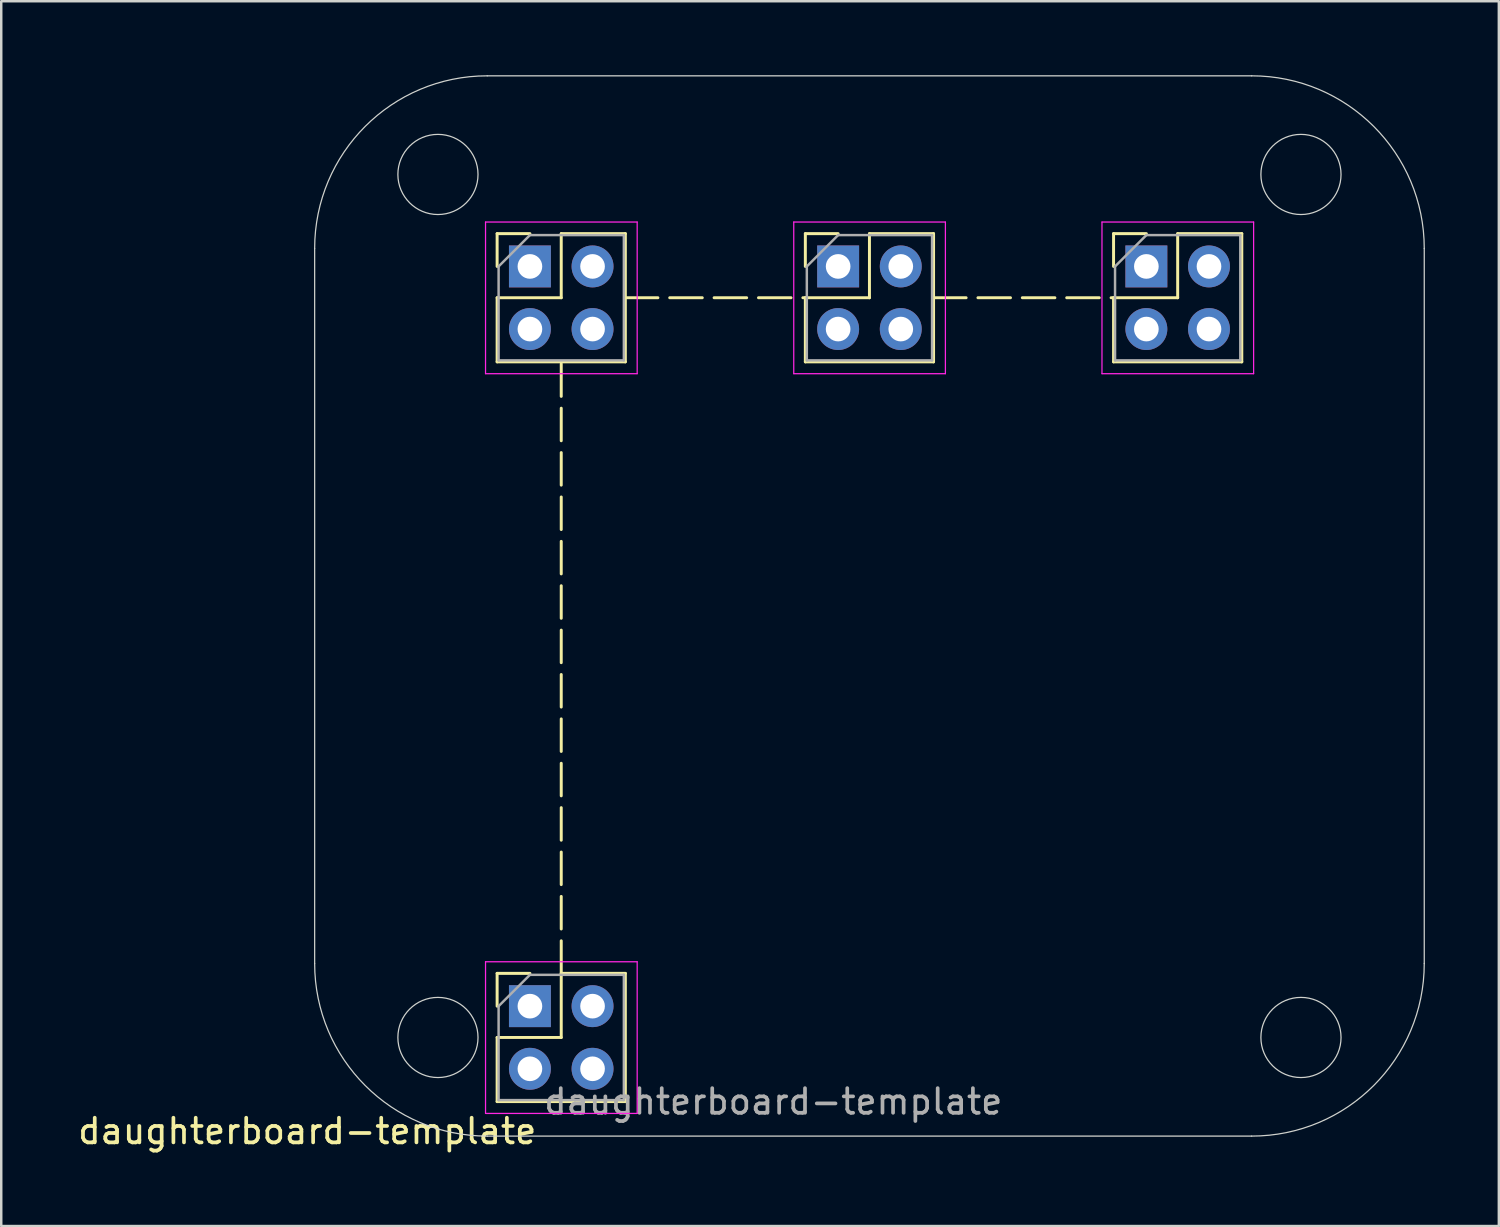
<source format=kicad_pcb>
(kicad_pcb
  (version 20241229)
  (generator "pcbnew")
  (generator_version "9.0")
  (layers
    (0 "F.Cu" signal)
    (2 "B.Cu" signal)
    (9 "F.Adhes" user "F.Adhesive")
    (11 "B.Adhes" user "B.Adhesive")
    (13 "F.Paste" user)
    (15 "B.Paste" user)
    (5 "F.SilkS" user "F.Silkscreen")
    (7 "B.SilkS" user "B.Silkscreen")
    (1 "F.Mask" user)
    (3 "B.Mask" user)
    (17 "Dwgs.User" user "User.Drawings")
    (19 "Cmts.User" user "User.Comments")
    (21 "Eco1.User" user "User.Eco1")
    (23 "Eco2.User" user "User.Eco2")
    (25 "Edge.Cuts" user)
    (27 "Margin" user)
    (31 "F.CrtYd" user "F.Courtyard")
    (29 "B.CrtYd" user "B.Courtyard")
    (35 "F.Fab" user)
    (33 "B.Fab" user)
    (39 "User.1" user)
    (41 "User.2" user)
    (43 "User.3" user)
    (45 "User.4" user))
  (footprint "daughterboard-template"
    (layer "F.Cu")
    (at 9.711 43.025)
    (property "Reference" "daughterboard-template" (at -0.3 -0.2 0) (unlocked yes) (layer "F.SilkS") (effects (font (size 1 1) (thickness 0.15))))
    (attr smd)
    (fp_line (start 7.4 -36.6) (end 8.73 -36.6) (stroke (width 0.12) (type solid)) (layer "F.SilkS"))
    (fp_line (start 7.4 -35.27) (end 7.4 -36.6) (stroke (width 0.12) (type solid)) (layer "F.SilkS"))
    (fp_line (start 7.4 -34) (end 7.4 -31.4) (stroke (width 0.12) (type solid)) (layer "F.SilkS"))
    (fp_line (start 7.4 -34) (end 10 -34) (stroke (width 0.12) (type solid)) (layer "F.SilkS"))
    (fp_line (start 7.4 -31.4) (end 12.6 -31.4) (stroke (width 0.12) (type solid)) (layer "F.SilkS"))
    (fp_line (start 7.4 -6.6) (end 8.73 -6.6) (stroke (width 0.12) (type solid)) (layer "F.SilkS"))
    (fp_line (start 7.4 -5.27) (end 7.4 -6.6) (stroke (width 0.12) (type solid)) (layer "F.SilkS"))
    (fp_line (start 7.4 -4) (end 7.4 -1.4) (stroke (width 0.12) (type solid)) (layer "F.SilkS"))
    (fp_line (start 7.4 -4) (end 10 -4) (stroke (width 0.12) (type solid)) (layer "F.SilkS"))
    (fp_line (start 7.4 -1.4) (end 12.6 -1.4) (stroke (width 0.12) (type solid)) (layer "F.SilkS"))
    (fp_line (start 10 -36.6) (end 12.6 -36.6) (stroke (width 0.12) (type solid)) (layer "F.SilkS"))
    (fp_line (start 10 -34) (end 10 -36.6) (stroke (width 0.12) (type solid)) (layer "F.SilkS"))
    (fp_line (start 10 -6.6) (end 10 -31.4) (stroke (width 0.12) (type dash)) (layer "F.SilkS"))
    (fp_line (start 10 -6.6) (end 12.6 -6.6) (stroke (width 0.12) (type solid)) (layer "F.SilkS"))
    (fp_line (start 10 -4) (end 10 -6.6) (stroke (width 0.12) (type solid)) (layer "F.SilkS"))
    (fp_line (start 12.6 -36.6) (end 12.6 -31.4) (stroke (width 0.12) (type solid)) (layer "F.SilkS"))
    (fp_line (start 12.6 -34) (end 19.9 -34) (stroke (width 0.12) (type dash)) (layer "F.SilkS"))
    (fp_line (start 12.6 -6.6) (end 12.6 -1.4) (stroke (width 0.12) (type solid)) (layer "F.SilkS"))
    (fp_line (start 19.9 -36.6) (end 21.23 -36.6) (stroke (width 0.12) (type solid)) (layer "F.SilkS"))
    (fp_line (start 19.9 -35.27) (end 19.9 -36.6) (stroke (width 0.12) (type solid)) (layer "F.SilkS"))
    (fp_line (start 19.9 -34) (end 19.9 -31.4) (stroke (width 0.12) (type solid)) (layer "F.SilkS"))
    (fp_line (start 19.9 -34) (end 22.5 -34) (stroke (width 0.12) (type solid)) (layer "F.SilkS"))
    (fp_line (start 19.9 -31.4) (end 25.1 -31.4) (stroke (width 0.12) (type solid)) (layer "F.SilkS"))
    (fp_line (start 22.5 -36.6) (end 25.1 -36.6) (stroke (width 0.12) (type solid)) (layer "F.SilkS"))
    (fp_line (start 22.5 -34) (end 22.5 -36.6) (stroke (width 0.12) (type solid)) (layer "F.SilkS"))
    (fp_line (start 25.1 -36.6) (end 25.1 -31.4) (stroke (width 0.12) (type solid)) (layer "F.SilkS"))
    (fp_line (start 25.1 -34) (end 32.4 -34) (stroke (width 0.12) (type dash)) (layer "F.SilkS"))
    (fp_line (start 32.4 -36.6) (end 33.73 -36.6) (stroke (width 0.12) (type solid)) (layer "F.SilkS"))
    (fp_line (start 32.4 -35.27) (end 32.4 -36.6) (stroke (width 0.12) (type solid)) (layer "F.SilkS"))
    (fp_line (start 32.4 -34) (end 32.4 -31.4) (stroke (width 0.12) (type solid)) (layer "F.SilkS"))
    (fp_line (start 32.4 -34) (end 35 -34) (stroke (width 0.12) (type solid)) (layer "F.SilkS"))
    (fp_line (start 32.4 -31.4) (end 37.6 -31.4) (stroke (width 0.12) (type solid)) (layer "F.SilkS"))
    (fp_line (start 35 -36.6) (end 37.6 -36.6) (stroke (width 0.12) (type solid)) (layer "F.SilkS"))
    (fp_line (start 35 -34) (end 35 -36.6) (stroke (width 0.12) (type solid)) (layer "F.SilkS"))
    (fp_line (start 37.6 -36.6) (end 37.6 -31.4) (stroke (width 0.12) (type solid)) (layer "F.SilkS"))
    (fp_line (start 0 -7) (end 0 -36) (stroke (width 0.05) (type solid)) (layer "Edge.Cuts"))
    (fp_line (start 7 -43) (end 38 -43) (stroke (width 0.05) (type solid)) (layer "Edge.Cuts"))
    (fp_line (start 38 0) (end 7 0) (stroke (width 0.05) (type solid)) (layer "Edge.Cuts"))
    (fp_line (start 45 -36) (end 45 -7) (stroke (width 0.05) (type solid)) (layer "Edge.Cuts"))
    (fp_arc (start 0 -36) (mid 2.050253 -40.949747) (end 7 -43) (stroke (width 0.05) (type solid)) (layer "Edge.Cuts"))
    (fp_arc (start 7 0) (mid 2.050253 -2.050253) (end 0 -7) (stroke (width 0.05) (type solid)) (layer "Edge.Cuts"))
    (fp_arc (start 38 -43) (mid 42.949747 -40.949747) (end 45 -36) (stroke (width 0.05) (type solid)) (layer "Edge.Cuts"))
    (fp_arc (start 45 -7) (mid 42.949747 -2.050253) (end 38 0) (stroke (width 0.05) (type solid)) (layer "Edge.Cuts"))
    (fp_circle (center 5 -39) (end 3.375 -39) (stroke (width 0.05) (type solid)) (fill no) (layer "Edge.Cuts"))
    (fp_circle (center 5 -4) (end 3.375 -4) (stroke (width 0.05) (type solid)) (fill no) (layer "Edge.Cuts"))
    (fp_circle (center 40 -39) (end 38.375 -39) (stroke (width 0.05) (type solid)) (fill no) (layer "Edge.Cuts"))
    (fp_circle (center 40 -4) (end 38.375 -4) (stroke (width 0.05) (type solid)) (fill no) (layer "Edge.Cuts"))
    (fp_line (start 6.93 -37.07) (end 6.93 -30.92) (stroke (width 0.05) (type solid)) (layer "F.CrtYd"))
    (fp_line (start 6.93 -30.92) (end 13.08 -30.92) (stroke (width 0.05) (type solid)) (layer "F.CrtYd"))
    (fp_line (start 6.93 -7.07) (end 6.93 -0.92) (stroke (width 0.05) (type solid)) (layer "F.CrtYd"))
    (fp_line (start 6.93 -0.92) (end 13.08 -0.92) (stroke (width 0.05) (type solid)) (layer "F.CrtYd"))
    (fp_line (start 13.08 -37.07) (end 6.93 -37.07) (stroke (width 0.05) (type solid)) (layer "F.CrtYd"))
    (fp_line (start 13.08 -30.92) (end 13.08 -37.07) (stroke (width 0.05) (type solid)) (layer "F.CrtYd"))
    (fp_line (start 13.08 -7.07) (end 6.93 -7.07) (stroke (width 0.05) (type solid)) (layer "F.CrtYd"))
    (fp_line (start 13.08 -0.92) (end 13.08 -7.07) (stroke (width 0.05) (type solid)) (layer "F.CrtYd"))
    (fp_line (start 19.43 -37.07) (end 19.43 -30.92) (stroke (width 0.05) (type solid)) (layer "F.CrtYd"))
    (fp_line (start 19.43 -30.92) (end 25.58 -30.92) (stroke (width 0.05) (type solid)) (layer "F.CrtYd"))
    (fp_line (start 25.58 -37.07) (end 19.43 -37.07) (stroke (width 0.05) (type solid)) (layer "F.CrtYd"))
    (fp_line (start 25.58 -30.92) (end 25.58 -37.07) (stroke (width 0.05) (type solid)) (layer "F.CrtYd"))
    (fp_line (start 31.93 -37.07) (end 31.93 -30.92) (stroke (width 0.05) (type solid)) (layer "F.CrtYd"))
    (fp_line (start 31.93 -30.92) (end 38.08 -30.92) (stroke (width 0.05) (type solid)) (layer "F.CrtYd"))
    (fp_line (start 38.08 -37.07) (end 31.93 -37.07) (stroke (width 0.05) (type solid)) (layer "F.CrtYd"))
    (fp_line (start 38.08 -30.92) (end 38.08 -37.07) (stroke (width 0.05) (type solid)) (layer "F.CrtYd"))
    (fp_line (start 7.46 -35.27) (end 8.73 -36.54) (stroke (width 0.1) (type solid)) (layer "F.Fab"))
    (fp_line (start 7.46 -31.46) (end 7.46 -35.27) (stroke (width 0.1) (type solid)) (layer "F.Fab"))
    (fp_line (start 7.46 -5.27) (end 8.73 -6.54) (stroke (width 0.1) (type solid)) (layer "F.Fab"))
    (fp_line (start 7.46 -1.46) (end 7.46 -5.27) (stroke (width 0.1) (type solid)) (layer "F.Fab"))
    (fp_line (start 8.73 -36.54) (end 12.54 -36.54) (stroke (width 0.1) (type solid)) (layer "F.Fab"))
    (fp_line (start 8.73 -6.54) (end 12.54 -6.54) (stroke (width 0.1) (type solid)) (layer "F.Fab"))
    (fp_line (start 12.54 -36.54) (end 12.54 -31.46) (stroke (width 0.1) (type solid)) (layer "F.Fab"))
    (fp_line (start 12.54 -31.46) (end 7.46 -31.46) (stroke (width 0.1) (type solid)) (layer "F.Fab"))
    (fp_line (start 12.54 -6.54) (end 12.54 -1.46) (stroke (width 0.1) (type solid)) (layer "F.Fab"))
    (fp_line (start 12.54 -1.46) (end 7.46 -1.46) (stroke (width 0.1) (type solid)) (layer "F.Fab"))
    (fp_line (start 19.96 -35.27) (end 21.23 -36.54) (stroke (width 0.1) (type solid)) (layer "F.Fab"))
    (fp_line (start 19.96 -31.46) (end 19.96 -35.27) (stroke (width 0.1) (type solid)) (layer "F.Fab"))
    (fp_line (start 21.23 -36.54) (end 25.04 -36.54) (stroke (width 0.1) (type solid)) (layer "F.Fab"))
    (fp_line (start 25.04 -36.54) (end 25.04 -31.46) (stroke (width 0.1) (type solid)) (layer "F.Fab"))
    (fp_line (start 25.04 -31.46) (end 19.96 -31.46) (stroke (width 0.1) (type solid)) (layer "F.Fab"))
    (fp_line (start 32.46 -35.27) (end 33.73 -36.54) (stroke (width 0.1) (type solid)) (layer "F.Fab"))
    (fp_line (start 32.46 -31.46) (end 32.46 -35.27) (stroke (width 0.1) (type solid)) (layer "F.Fab"))
    (fp_line (start 33.73 -36.54) (end 37.54 -36.54) (stroke (width 0.1) (type solid)) (layer "F.Fab"))
    (fp_line (start 37.54 -36.54) (end 37.54 -31.46) (stroke (width 0.1) (type solid)) (layer "F.Fab"))
    (fp_line (start 37.54 -31.46) (end 32.46 -31.46) (stroke (width 0.1) (type solid)) (layer "F.Fab"))
    (fp_line (start 10 -35.3) (end 10 -32.664) (stroke (width 0.05) (type solid)) (layer "User.2"))
    (fp_line (start 10 -5.349) (end 10 -2.713) (stroke (width 0.05) (type solid)) (layer "User.2"))
    (fp_line (start 11.317 -4) (end 8.563 -4) (stroke (width 0.05) (type solid)) (layer "User.2"))
    (fp_line (start 11.468 -34) (end 8.714 -34) (stroke (width 0.05) (type solid)) (layer "User.2"))
    (fp_line (start 21.287 -21.5) (end 23.78 -21.5) (stroke (width 0.05) (type solid)) (layer "User.2"))
    (fp_line (start 22.5 -35.414) (end 22.5 -32.779) (stroke (width 0.05) (type solid)) (layer "User.2"))
    (fp_line (start 22.5 -22.729) (end 22.5 -20.212) (stroke (width 0.05) (type solid)) (layer "User.2"))
    (fp_line (start 23.982 -34) (end 21.229 -34) (stroke (width 0.05) (type solid)) (layer "User.2"))
    (fp_line (start 35 -35.414) (end 35 -32.779) (stroke (width 0.05) (type solid)) (layer "User.2"))
    (fp_line (start 36.299 -34) (end 33.546 -34) (stroke (width 0.05) (type solid)) (layer "User.2"))
    (fp_circle (center 10 -34) (end 9 -34) (stroke (width 0.05) (type solid)) (fill no) (layer "User.2"))
    (fp_circle (center 10 -4) (end 9 -4) (stroke (width 0.05) (type solid)) (fill no) (layer "User.2"))
    (fp_circle (center 22.5 -34) (end 21.5 -34) (stroke (width 0.05) (type solid)) (fill no) (layer "User.2"))
    (fp_circle (center 22.5 -21.5) (end 21.5 -21.5) (stroke (width 0.05) (type solid)) (fill no) (layer "User.2"))
    (fp_circle (center 35 -34) (end 34 -34) (stroke (width 0.05) (type solid)) (fill no) (layer "User.2"))
    (fp_text user "${REFERENCE}" (at 18.6 -1.4 0) (unlocked yes) (layer "F.Fab") (effects (font (size 1 1) (thickness 0.15))))
    (pad "1" thru_hole rect (at 8.73 -5.27) (size 1.7 1.7) (drill 1) (layers "*.Cu" "*.Mask"))
    (pad "2" thru_hole oval (at 11.27 -5.27) (size 1.7 1.7) (drill 1) (layers "*.Cu" "*.Mask"))
    (pad "3" thru_hole oval (at 8.73 -2.73) (size 1.7 1.7) (drill 1) (layers "*.Cu" "*.Mask"))
    (pad "4" thru_hole oval (at 11.27 -2.73) (size 1.7 1.7) (drill 1) (layers "*.Cu" "*.Mask"))
    (pad "5" thru_hole rect (at 8.73 -35.27) (size 1.7 1.7) (drill 1) (layers "*.Cu" "*.Mask"))
    (pad "6" thru_hole oval (at 11.27 -35.27) (size 1.7 1.7) (drill 1) (layers "*.Cu" "*.Mask"))
    (pad "7" thru_hole oval (at 8.73 -32.73) (size 1.7 1.7) (drill 1) (layers "*.Cu" "*.Mask"))
    (pad "8" thru_hole oval (at 11.27 -32.73) (size 1.7 1.7) (drill 1) (layers "*.Cu" "*.Mask"))
    (pad "9" thru_hole rect (at 21.23 -35.27) (size 1.7 1.7) (drill 1) (layers "*.Cu" "*.Mask"))
    (pad "10" thru_hole oval (at 23.77 -35.27) (size 1.7 1.7) (drill 1) (layers "*.Cu" "*.Mask"))
    (pad "11" thru_hole oval (at 21.23 -32.73) (size 1.7 1.7) (drill 1) (layers "*.Cu" "*.Mask"))
    (pad "12" thru_hole oval (at 23.77 -32.73) (size 1.7 1.7) (drill 1) (layers "*.Cu" "*.Mask"))
    (pad "13" thru_hole rect (at 33.73 -35.27) (size 1.7 1.7) (drill 1) (layers "*.Cu" "*.Mask"))
    (pad "14" thru_hole oval (at 36.27 -35.27) (size 1.7 1.7) (drill 1) (layers "*.Cu" "*.Mask"))
    (pad "15" thru_hole oval (at 33.73 -32.73) (size 1.7 1.7) (drill 1) (layers "*.Cu" "*.Mask"))
    (pad "16" thru_hole oval (at 36.27 -32.73) (size 1.7 1.7) (drill 1) (layers "*.Cu" "*.Mask")))
  (gr_rect
    (start -3 -3)
    (end 57.736 46.673)
    (stroke (width 0.1) (type default))
    (fill no)
    (layer "Edge.Cuts")))
</source>
